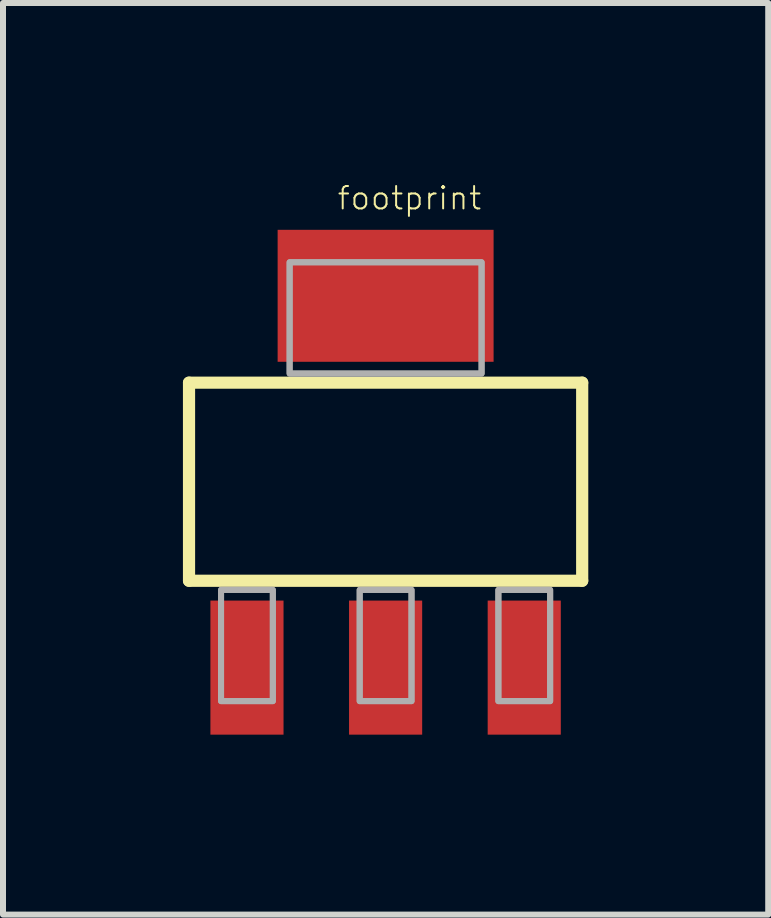
<source format=kicad_pcb>
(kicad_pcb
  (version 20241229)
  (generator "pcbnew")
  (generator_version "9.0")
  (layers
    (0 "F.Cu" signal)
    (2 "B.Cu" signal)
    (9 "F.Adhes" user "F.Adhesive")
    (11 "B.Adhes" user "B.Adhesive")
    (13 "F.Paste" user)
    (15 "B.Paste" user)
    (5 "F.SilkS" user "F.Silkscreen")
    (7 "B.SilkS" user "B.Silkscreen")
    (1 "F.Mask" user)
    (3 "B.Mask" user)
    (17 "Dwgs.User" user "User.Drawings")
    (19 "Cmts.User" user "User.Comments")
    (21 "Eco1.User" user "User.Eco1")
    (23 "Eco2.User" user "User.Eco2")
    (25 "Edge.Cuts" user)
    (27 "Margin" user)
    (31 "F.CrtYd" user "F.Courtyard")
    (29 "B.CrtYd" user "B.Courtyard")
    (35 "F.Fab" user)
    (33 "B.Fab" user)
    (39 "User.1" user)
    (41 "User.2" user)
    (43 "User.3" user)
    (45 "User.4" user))
  (footprint "footprint"
    (layer "F.Cu")
    (at 3.378 4.98)
    (property "Reference" "footprint" (at -0.826 -4.508 0) (layer "F.SilkS") (effects (font (size 0.374 0.374) (thickness 0.033)) (justify left bottom)))
    (fp_line (start -3.277 -1.651) (end 3.277 -1.651) (stroke (width 0.203) (type solid)) (layer "F.SilkS"))
    (fp_line (start -3.277 1.651) (end -3.277 -1.651) (stroke (width 0.203) (type solid)) (layer "F.SilkS"))
    (fp_line (start 3.277 -1.651) (end 3.277 1.651) (stroke (width 0.203) (type solid)) (layer "F.SilkS"))
    (fp_line (start 3.277 1.651) (end -3.277 1.651) (stroke (width 0.203) (type solid)) (layer "F.SilkS"))
    (fp_poly (pts (xy -2.743 3.658) (xy -1.88 3.658) (xy -1.88 1.803) (xy -2.743 1.803)) (stroke (width 0.1) (type solid)) (fill no) (layer "F.Fab"))
    (fp_poly (pts (xy -2.743 3.658) (xy -1.88 3.658) (xy -1.88 1.803) (xy -2.743 1.803)) (stroke (width 0.1) (type solid)) (fill no) (layer "F.Fab"))
    (fp_poly (pts (xy -1.6 -1.803) (xy 1.6 -1.803) (xy 1.6 -3.658) (xy -1.6 -3.658)) (stroke (width 0.1) (type solid)) (fill no) (layer "F.Fab"))
    (fp_poly (pts (xy -1.6 -1.803) (xy 1.6 -1.803) (xy 1.6 -3.658) (xy -1.6 -3.658)) (stroke (width 0.1) (type solid)) (fill no) (layer "F.Fab"))
    (fp_poly (pts (xy -0.432 3.658) (xy 0.432 3.658) (xy 0.432 1.803) (xy -0.432 1.803)) (stroke (width 0.1) (type solid)) (fill no) (layer "F.Fab"))
    (fp_poly (pts (xy -0.432 3.658) (xy 0.432 3.658) (xy 0.432 1.803) (xy -0.432 1.803)) (stroke (width 0.1) (type solid)) (fill no) (layer "F.Fab"))
    (fp_poly (pts (xy 1.88 3.658) (xy 2.743 3.658) (xy 2.743 1.803) (xy 1.88 1.803)) (stroke (width 0.1) (type solid)) (fill no) (layer "F.Fab"))
    (fp_poly (pts (xy 1.88 3.658) (xy 2.743 3.658) (xy 2.743 1.803) (xy 1.88 1.803)) (stroke (width 0.1) (type solid)) (fill no) (layer "F.Fab"))
    (pad "1" smd rect (at -2.311 3.099) (size 1.219 2.235) (layers "F.Cu" "F.Mask" "F.Paste"))
    (pad "2" smd rect (at 0 3.099) (size 1.219 2.235) (layers "F.Cu" "F.Mask" "F.Paste"))
    (pad "3" smd rect (at 2.311 3.099) (size 1.219 2.235) (layers "F.Cu" "F.Mask" "F.Paste"))
    (pad "4" smd rect (at 0 -3.099) (size 3.6 2.2) (layers "F.Cu" "F.Mask" "F.Paste")))
  (gr_rect
    (start -3 -3)
    (end 9.756 12.196)
    (stroke (width 0.1) (type default))
    (fill no)
    (layer "Edge.Cuts")))
</source>
